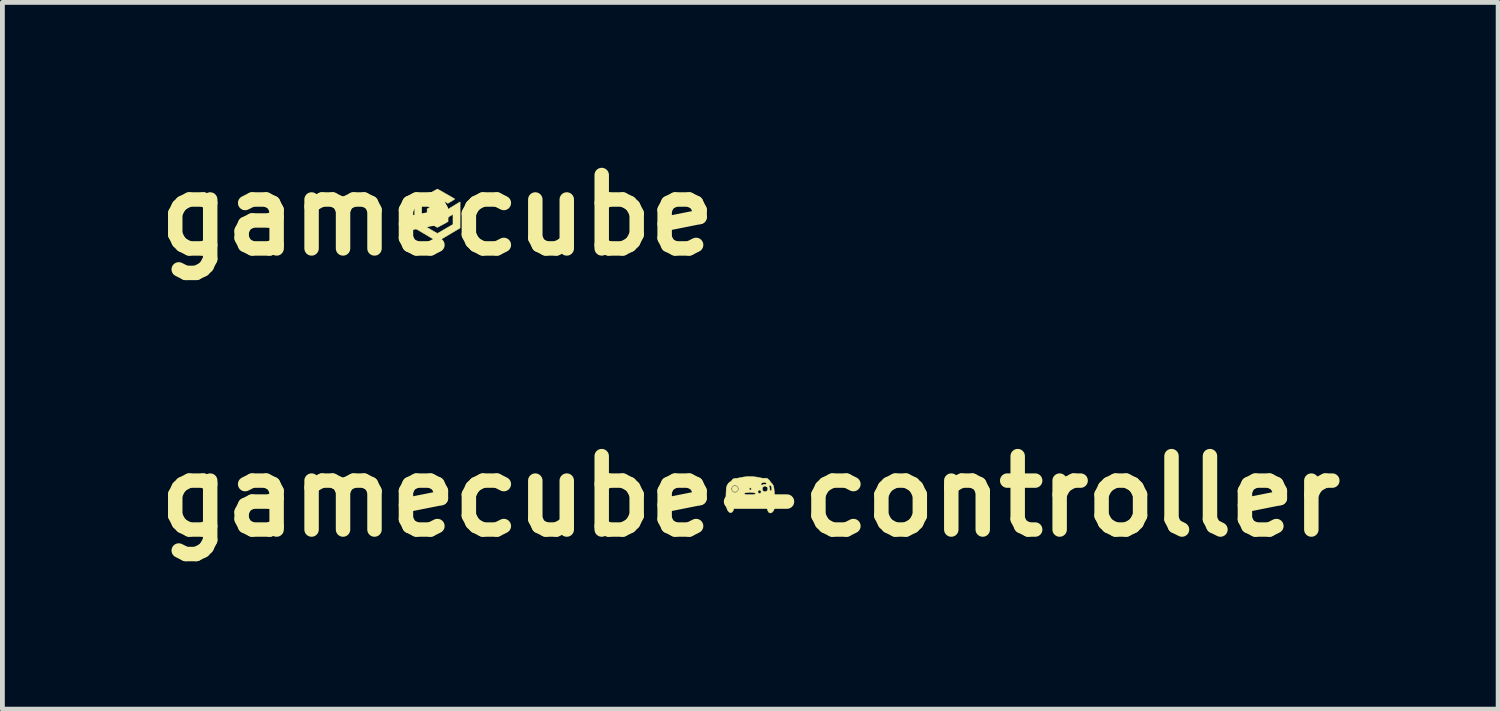
<source format=kicad_pcb>
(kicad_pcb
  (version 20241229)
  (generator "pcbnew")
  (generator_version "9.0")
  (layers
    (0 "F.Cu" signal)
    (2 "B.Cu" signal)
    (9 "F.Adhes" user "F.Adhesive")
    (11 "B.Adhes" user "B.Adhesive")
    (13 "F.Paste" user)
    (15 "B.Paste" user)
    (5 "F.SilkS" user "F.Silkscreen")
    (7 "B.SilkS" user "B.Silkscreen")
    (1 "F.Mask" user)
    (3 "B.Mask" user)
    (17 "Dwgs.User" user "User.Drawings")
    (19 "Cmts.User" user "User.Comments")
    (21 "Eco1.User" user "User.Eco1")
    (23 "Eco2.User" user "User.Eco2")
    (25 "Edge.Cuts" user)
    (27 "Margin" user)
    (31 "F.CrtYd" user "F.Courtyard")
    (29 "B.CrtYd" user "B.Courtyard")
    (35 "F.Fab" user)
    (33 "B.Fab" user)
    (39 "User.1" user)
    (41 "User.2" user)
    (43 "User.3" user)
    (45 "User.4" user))
  (footprint "gamecube"
    (layer "F.Cu")
    (at 6.031 1.418)
    (property "Reference" "gamecube" (at 0 0 0) (layer "F.SilkS") (effects (font (size 1.524 1.524) (thickness 0.3))))
    (attr through_hole)
    (fp_poly (pts (xy 0.006 -0.541) (xy 0.016 -0.535) (xy 0.031 -0.527) (xy 0.049 -0.516) (xy 0.071 -0.504) (xy 0.096 -0.49) (xy 0.123 -0.474) (xy 0.152 -0.458) (xy 0.181 -0.441) (xy 0.21 -0.425) (xy 0.239 -0.408) (xy 0.266 -0.393) (xy 0.291 -0.378) (xy 0.313 -0.365) (xy 0.332 -0.354) (xy 0.346 -0.346) (xy 0.356 -0.34) (xy 0.36 -0.338) (xy 0.36 -0.338) (xy 0.358 -0.335) (xy 0.351 -0.329) (xy 0.339 -0.321) (xy 0.323 -0.31) (xy 0.304 -0.299) (xy 0.29 -0.29) (xy 0.217 -0.246) (xy 0.108 -0.311) (xy 0.077 -0.33) (xy 0.052 -0.345) (xy 0.032 -0.356) (xy 0.016 -0.365) (xy 0.005 -0.37) (xy -0.002 -0.373) (xy -0.006 -0.374) (xy -0.007 -0.374) (xy -0.011 -0.371) (xy -0.021 -0.365) (xy -0.036 -0.357) (xy -0.055 -0.346) (xy -0.078 -0.332) (xy -0.104 -0.317) (xy -0.133 -0.301) (xy -0.164 -0.283) (xy -0.169 -0.28) (xy -0.325 -0.19) (xy -0.326 -0.002) (xy -0.326 0.187) (xy -0.165 0.282) (xy -0.134 0.301) (xy -0.105 0.318) (xy -0.078 0.334) (xy -0.054 0.347) (xy -0.033 0.359) (xy -0.017 0.368) (xy -0.006 0.374) (xy 0.000396 0.377) (xy 0.001 0.377) (xy 0.005 0.375) (xy 0.015 0.369) (xy 0.029 0.361) (xy 0.049 0.35) (xy 0.072 0.337) (xy 0.098 0.322) (xy 0.126 0.305) (xy 0.157 0.287) (xy 0.164 0.283) (xy 0.323 0.191) (xy 0.323 0.086) (xy 0.323 -0.019) (xy 0.309 -0.011) (xy 0.301 -0.006) (xy 0.288 0.002) (xy 0.272 0.011) (xy 0.259 0.019) (xy 0.222 0.042) (xy 0.221 0.086) (xy 0.221 0.131) (xy 0.208 0.139) (xy 0.198 0.145) (xy 0.183 0.153) (xy 0.165 0.164) (xy 0.145 0.175) (xy 0.123 0.187) (xy 0.1 0.199) (xy 0.077 0.212) (xy 0.056 0.223) (xy 0.037 0.233) (xy 0.02 0.242) (xy 0.008 0.248) (xy -0.000407 0.252) (xy -0.003 0.253) (xy -0.006 0.251) (xy -0.016 0.246) (xy -0.03 0.238) (xy -0.048 0.228) (xy -0.069 0.215) (xy -0.093 0.202) (xy -0.11 0.192) (xy -0.214 0.133) (xy -0.214 -0.13) (xy -0.109 -0.194) (xy -0.084 -0.209) (xy -0.061 -0.223) (xy -0.04 -0.235) (xy -0.023 -0.245) (xy -0.01 -0.252) (xy -0.002 -0.256) (xy 0.001 -0.257) (xy 0.005 -0.254) (xy 0.014 -0.249) (xy 0.029 -0.24) (xy 0.047 -0.229) (xy 0.068 -0.216) (xy 0.091 -0.201) (xy 0.11 -0.189) (xy 0.135 -0.173) (xy 0.158 -0.159) (xy 0.178 -0.147) (xy 0.195 -0.137) (xy 0.208 -0.129) (xy 0.216 -0.125) (xy 0.219 -0.124) (xy 0.223 -0.127) (xy 0.232 -0.132) (xy 0.247 -0.141) (xy 0.265 -0.152) (xy 0.287 -0.165) (xy 0.311 -0.18) (xy 0.338 -0.196) (xy 0.346 -0.201) (xy 0.373 -0.217) (xy 0.398 -0.233) (xy 0.42 -0.246) (xy 0.439 -0.258) (xy 0.454 -0.267) (xy 0.465 -0.273) (xy 0.47 -0.276) (xy 0.47 -0.276) (xy 0.471 -0.272) (xy 0.471 -0.262) (xy 0.471 -0.246) (xy 0.471 -0.224) (xy 0.471 -0.197) (xy 0.471 -0.165) (xy 0.471 -0.13) (xy 0.471 -0.092) (xy 0.471 -0.05) (xy 0.471 -0.007) (xy 0.471 -0.005) (xy 0.47 0.266) (xy 0.236 0.405) (xy 0.198 0.428) (xy 0.162 0.449) (xy 0.129 0.469) (xy 0.098 0.487) (xy 0.071 0.503) (xy 0.047 0.517) (xy 0.028 0.528) (xy 0.013 0.537) (xy 0.003 0.542) (xy -0.000265 0.544) (xy -0.000293 0.544) (xy -0.004 0.542) (xy -0.013 0.537) (xy -0.027 0.529) (xy -0.046 0.518) (xy -0.07 0.504) (xy -0.097 0.488) (xy -0.127 0.47) (xy -0.16 0.451) (xy -0.195 0.43) (xy -0.223 0.413) (xy -0.26 0.391) (xy -0.296 0.37) (xy -0.329 0.35) (xy -0.36 0.332) (xy -0.387 0.316) (xy -0.411 0.302) (xy -0.431 0.29) (xy -0.445 0.281) (xy -0.455 0.275) (xy -0.458 0.273) (xy -0.472 0.265) (xy -0.471 -0.006) (xy -0.47 -0.277) (xy -0.236 -0.411) (xy -0.198 -0.432) (xy -0.162 -0.453) (xy -0.128 -0.472) (xy -0.097 -0.489) (xy -0.07 -0.505) (xy -0.046 -0.518) (xy -0.026 -0.529) (xy -0.011 -0.537) (xy -0.002 -0.541) (xy 0.002 -0.543) (xy 0.006 -0.541)) (stroke (width 0.01) (type solid)) (fill yes) (layer "F.SilkS")))
  (footprint "gamecube-controller"
    (layer "F.Cu")
    (at 12.526 7.254)
    (property "Reference" "gamecube-controller" (at 0 0 0) (layer "F.SilkS") (effects (font (size 1.524 1.524) (thickness 0.3))))
    (attr through_hole)
    (fp_poly (pts (xy 0.181 0.038) (xy 0.192 0.045) (xy 0.201 0.061) (xy 0.203 0.076) (xy 0.199 0.096) (xy 0.192 0.107) (xy 0.176 0.116) (xy 0.161 0.119) (xy 0.141 0.114) (xy 0.13 0.107) (xy 0.121 0.091) (xy 0.119 0.076) (xy 0.123 0.056) (xy 0.13 0.045) (xy 0.146 0.036) (xy 0.161 0.034) (xy 0.181 0.038)) (stroke (width 0.01) (type solid)) (fill yes) (layer "F.SilkS"))
    (fp_poly (pts (xy -0.303 -0.213) (xy -0.283 -0.204) (xy -0.267 -0.188) (xy -0.26 -0.173) (xy -0.256 -0.148) (xy -0.263 -0.126) (xy -0.276 -0.111) (xy -0.298 -0.097) (xy -0.322 -0.093) (xy -0.342 -0.098) (xy -0.363 -0.113) (xy -0.375 -0.134) (xy -0.378 -0.156) (xy -0.374 -0.18) (xy -0.362 -0.198) (xy -0.344 -0.209) (xy -0.324 -0.215) (xy -0.303 -0.213)) (stroke (width 0.01) (type solid)) (fill yes) (layer "F.SilkS"))
    (fp_poly (pts (xy 0.036 -0.41) (xy 0.125 -0.401) (xy 0.216 -0.383) (xy 0.248 -0.377) (xy 0.274 -0.374) (xy 0.298 -0.375) (xy 0.303 -0.375) (xy 0.325 -0.377) (xy 0.34 -0.376) (xy 0.351 -0.371) (xy 0.354 -0.369) (xy 0.369 -0.358) (xy 0.384 -0.344) (xy 0.398 -0.33) (xy 0.408 -0.317) (xy 0.412 -0.309) (xy 0.416 -0.302) (xy 0.426 -0.29) (xy 0.44 -0.275) (xy 0.44 -0.274) (xy 0.455 -0.259) (xy 0.466 -0.244) (xy 0.475 -0.227) (xy 0.483 -0.206) (xy 0.488 -0.181) (xy 0.493 -0.149) (xy 0.497 -0.109) (xy 0.5 -0.065) (xy 0.504 0.002) (xy 0.507 0.065) (xy 0.507 0.123) (xy 0.506 0.174) (xy 0.503 0.218) (xy 0.498 0.252) (xy 0.492 0.277) (xy 0.492 0.278) (xy 0.477 0.305) (xy 0.459 0.326) (xy 0.439 0.34) (xy 0.418 0.345) (xy 0.399 0.342) (xy 0.385 0.332) (xy 0.371 0.313) (xy 0.36 0.286) (xy 0.349 0.251) (xy 0.34 0.206) (xy 0.339 0.2) (xy 0.332 0.162) (xy 0.326 0.133) (xy 0.321 0.112) (xy 0.316 0.096) (xy 0.31 0.085) (xy 0.306 0.079) (xy 0.3 0.072) (xy 0.296 0.072) (xy 0.293 0.078) (xy 0.288 0.093) (xy 0.285 0.101) (xy 0.269 0.138) (xy 0.246 0.167) (xy 0.218 0.186) (xy 0.183 0.196) (xy 0.165 0.198) (xy 0.127 0.193) (xy 0.094 0.178) (xy 0.068 0.156) (xy 0.05 0.126) (xy 0.04 0.091) (xy 0.039 0.074) (xy 0.08 0.074) (xy 0.092 0.102) (xy 0.101 0.121) (xy 0.112 0.133) (xy 0.127 0.141) (xy 0.146 0.149) (xy 0.162 0.151) (xy 0.178 0.148) (xy 0.193 0.142) (xy 0.209 0.133) (xy 0.22 0.123) (xy 0.229 0.106) (xy 0.23 0.102) (xy 0.242 0.074) (xy 0.23 0.046) (xy 0.221 0.028) (xy 0.211 0.017) (xy 0.196 0.009) (xy 0.19 0.006) (xy 0.161 -0.006) (xy 0.132 0.006) (xy 0.115 0.014) (xy 0.104 0.023) (xy 0.095 0.038) (xy 0.092 0.046) (xy 0.08 0.074) (xy 0.039 0.074) (xy 0.039 0.074) (xy 0.042 0.042) (xy 0.053 0.015) (xy 0.072 -0.012) (xy 0.087 -0.027) (xy 0.101 -0.041) (xy 0.11 -0.053) (xy 0.113 -0.059) (xy 0.108 -0.065) (xy 0.093 -0.071) (xy 0.07 -0.077) (xy 0.04 -0.081) (xy 0.012 -0.083) (xy -0.011 -0.084) (xy -0.037 -0.082) (xy -0.064 -0.079) (xy -0.089 -0.075) (xy -0.11 -0.071) (xy -0.124 -0.066) (xy -0.13 -0.061) (xy -0.13 -0.061) (xy -0.126 -0.054) (xy -0.116 -0.043) (xy -0.102 -0.028) (xy -0.101 -0.027) (xy -0.073 0.005) (xy -0.057 0.039) (xy -0.051 0.072) (xy -0.057 0.107) (xy -0.067 0.131) (xy -0.088 0.16) (xy -0.116 0.181) (xy -0.148 0.194) (xy -0.182 0.198) (xy -0.217 0.191) (xy -0.229 0.187) (xy -0.253 0.171) (xy -0.275 0.149) (xy -0.292 0.123) (xy -0.299 0.106) (xy -0.304 0.085) (xy -0.309 0.073) (xy -0.24 0.073) (xy -0.239 0.087) (xy -0.233 0.093) (xy -0.22 0.096) (xy -0.206 0.1) (xy -0.2 0.107) (xy -0.199 0.113) (xy -0.196 0.13) (xy -0.19 0.138) (xy -0.179 0.141) (xy -0.173 0.141) (xy -0.16 0.14) (xy -0.154 0.135) (xy -0.152 0.123) (xy -0.151 0.12) (xy -0.149 0.106) (xy -0.144 0.1) (xy -0.132 0.097) (xy -0.128 0.097) (xy -0.114 0.095) (xy -0.108 0.091) (xy -0.108 0.08) (xy -0.108 0.074) (xy -0.11 0.061) (xy -0.116 0.054) (xy -0.129 0.052) (xy -0.131 0.052) (xy -0.145 0.05) (xy -0.151 0.044) (xy -0.153 0.031) (xy -0.153 0.029) (xy -0.155 0.016) (xy -0.161 0.01) (xy -0.172 0.008) (xy -0.175 0.008) (xy -0.188 0.009) (xy -0.194 0.014) (xy -0.196 0.027) (xy -0.196 0.029) (xy -0.199 0.043) (xy -0.204 0.049) (xy -0.217 0.052) (xy -0.219 0.052) (xy -0.233 0.054) (xy -0.239 0.059) (xy -0.24 0.071) (xy -0.24 0.073) (xy -0.309 0.073) (xy -0.309 0.073) (xy -0.314 0.071) (xy -0.318 0.077) (xy -0.322 0.094) (xy -0.326 0.121) (xy -0.33 0.159) (xy -0.33 0.167) (xy -0.336 0.213) (xy -0.342 0.249) (xy -0.348 0.277) (xy -0.357 0.299) (xy -0.367 0.315) (xy -0.372 0.321) (xy -0.391 0.335) (xy -0.412 0.338) (xy -0.433 0.331) (xy -0.453 0.313) (xy -0.465 0.297) (xy -0.479 0.27) (xy -0.49 0.237) (xy -0.498 0.198) (xy -0.504 0.15) (xy -0.506 0.094) (xy -0.506 0.028) (xy -0.505 -0.011) (xy -0.503 -0.065) (xy -0.501 -0.109) (xy -0.498 -0.144) (xy -0.497 -0.156) (xy -0.399 -0.156) (xy -0.387 -0.127) (xy -0.379 -0.108) (xy -0.37 -0.097) (xy -0.356 -0.088) (xy -0.35 -0.086) (xy -0.333 -0.078) (xy -0.323 -0.075) (xy -0.313 -0.076) (xy -0.301 -0.08) (xy -0.289 -0.085) (xy -0.272 -0.094) (xy -0.269 -0.096) (xy 0.158 -0.096) (xy 0.162 -0.078) (xy 0.174 -0.065) (xy 0.189 -0.059) (xy 0.205 -0.061) (xy 0.219 -0.072) (xy 0.225 -0.089) (xy 0.223 -0.107) (xy 0.216 -0.119) (xy 0.202 -0.129) (xy 0.186 -0.129) (xy 0.171 -0.122) (xy 0.161 -0.109) (xy 0.158 -0.096) (xy -0.269 -0.096) (xy -0.261 -0.103) (xy -0.252 -0.118) (xy -0.249 -0.126) (xy -0.238 -0.151) (xy -0.022 -0.151) (xy -0.017 -0.139) (xy -0.006 -0.131) (xy 0 -0.13) (xy 0.012 -0.134) (xy 0.016 -0.137) (xy 0.023 -0.15) (xy 0.021 -0.162) (xy 0.249 -0.162) (xy 0.25 -0.14) (xy 0.256 -0.125) (xy 0.272 -0.107) (xy 0.292 -0.098) (xy 0.315 -0.097) (xy 0.338 -0.106) (xy 0.344 -0.11) (xy 0.359 -0.13) (xy 0.365 -0.152) (xy 0.361 -0.174) (xy 0.349 -0.194) (xy 0.332 -0.206) (xy 0.312 -0.212) (xy 0.389 -0.212) (xy 0.392 -0.202) (xy 0.398 -0.188) (xy 0.398 -0.188) (xy 0.403 -0.172) (xy 0.406 -0.152) (xy 0.406 -0.146) (xy 0.408 -0.127) (xy 0.413 -0.117) (xy 0.424 -0.114) (xy 0.427 -0.113) (xy 0.435 -0.117) (xy 0.44 -0.121) (xy 0.446 -0.135) (xy 0.447 -0.155) (xy 0.445 -0.178) (xy 0.439 -0.2) (xy 0.431 -0.217) (xy 0.421 -0.228) (xy 0.42 -0.228) (xy 0.408 -0.228) (xy 0.396 -0.223) (xy 0.39 -0.214) (xy 0.389 -0.212) (xy 0.312 -0.212) (xy 0.31 -0.213) (xy 0.289 -0.21) (xy 0.27 -0.199) (xy 0.257 -0.182) (xy 0.249 -0.162) (xy 0.021 -0.162) (xy 0.021 -0.163) (xy 0.013 -0.173) (xy 0.001 -0.178) (xy -0.011 -0.175) (xy -0.021 -0.165) (xy -0.022 -0.151) (xy -0.238 -0.151) (xy -0.237 -0.154) (xy -0.249 -0.183) (xy -0.257 -0.201) (xy -0.266 -0.212) (xy -0.28 -0.219) (xy -0.29 -0.224) (xy -0.319 -0.235) (xy -0.347 -0.224) (xy -0.364 -0.215) (xy -0.375 -0.205) (xy -0.384 -0.189) (xy -0.387 -0.184) (xy -0.399 -0.156) (xy -0.497 -0.156) (xy -0.495 -0.173) (xy -0.49 -0.196) (xy -0.485 -0.216) (xy -0.478 -0.233) (xy -0.476 -0.236) (xy -0.471 -0.245) (xy 0.223 -0.245) (xy 0.23 -0.236) (xy 0.243 -0.233) (xy 0.258 -0.237) (xy 0.262 -0.24) (xy 0.274 -0.245) (xy 0.292 -0.248) (xy 0.3 -0.248) (xy 0.321 -0.251) (xy 0.334 -0.258) (xy 0.336 -0.269) (xy 0.334 -0.275) (xy 0.322 -0.285) (xy 0.305 -0.29) (xy 0.283 -0.29) (xy 0.261 -0.286) (xy 0.241 -0.279) (xy 0.227 -0.267) (xy 0.223 -0.259) (xy 0.223 -0.245) (xy -0.471 -0.245) (xy -0.463 -0.257) (xy -0.446 -0.277) (xy -0.427 -0.295) (xy -0.409 -0.306) (xy -0.404 -0.308) (xy -0.394 -0.315) (xy -0.384 -0.328) (xy -0.384 -0.329) (xy -0.367 -0.352) (xy -0.343 -0.366) (xy -0.312 -0.372) (xy -0.305 -0.373) (xy -0.283 -0.374) (xy -0.256 -0.378) (xy -0.229 -0.383) (xy -0.228 -0.383) (xy -0.139 -0.401) (xy -0.052 -0.41) (xy 0.036 -0.41)) (stroke (width 0.01) (type solid)) (fill yes) (layer "F.SilkS")))
  (gr_rect
    (start -3 -3)
    (end 28.052 11.672)
    (stroke (width 0.1) (type default))
    (fill no)
    (layer "Edge.Cuts")))
</source>
